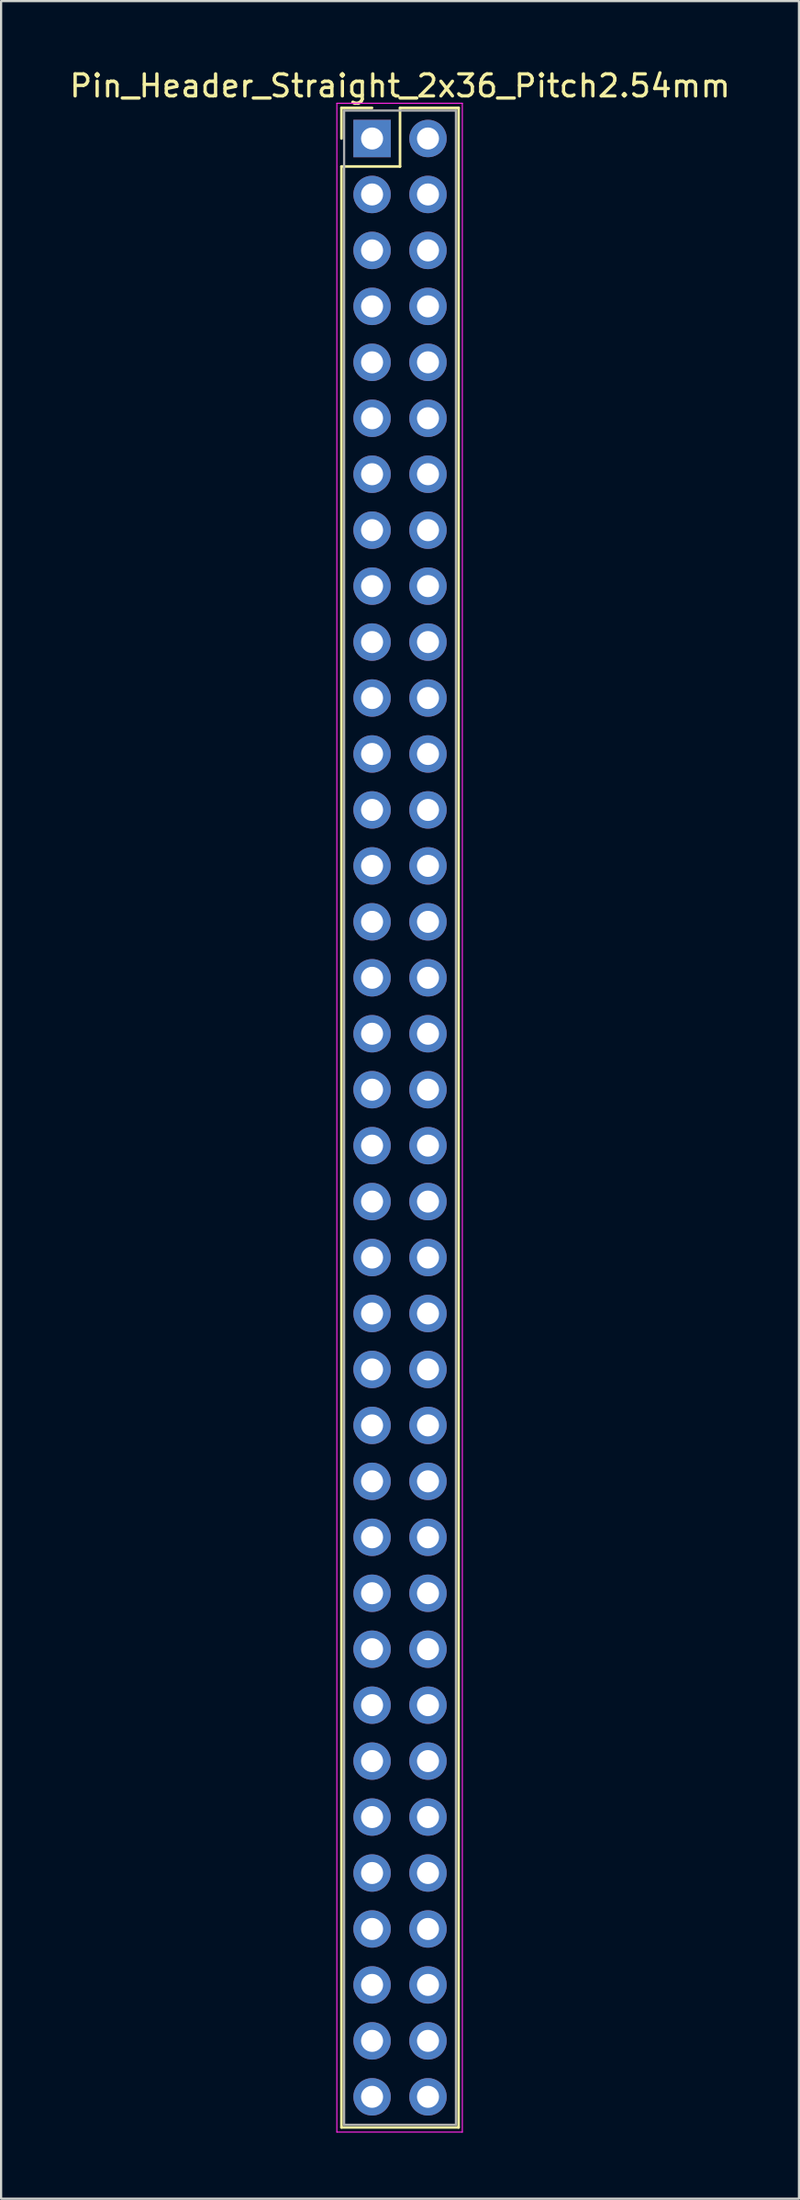
<source format=kicad_pcb>
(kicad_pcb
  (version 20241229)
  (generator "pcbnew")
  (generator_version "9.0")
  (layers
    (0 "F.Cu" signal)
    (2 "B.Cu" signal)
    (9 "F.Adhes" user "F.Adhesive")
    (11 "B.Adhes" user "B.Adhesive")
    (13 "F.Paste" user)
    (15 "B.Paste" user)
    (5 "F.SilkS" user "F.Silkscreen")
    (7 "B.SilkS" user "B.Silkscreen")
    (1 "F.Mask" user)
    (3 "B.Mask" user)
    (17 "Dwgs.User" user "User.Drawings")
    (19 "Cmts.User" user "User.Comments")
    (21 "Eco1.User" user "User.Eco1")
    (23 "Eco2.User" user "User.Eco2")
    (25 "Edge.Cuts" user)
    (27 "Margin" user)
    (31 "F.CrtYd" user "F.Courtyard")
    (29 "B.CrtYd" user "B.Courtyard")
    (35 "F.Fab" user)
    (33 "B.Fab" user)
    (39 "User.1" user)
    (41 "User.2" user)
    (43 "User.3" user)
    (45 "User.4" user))
  (footprint "Pin_Header_Straight_2x36_Pitch2.54mm"
    (layer "F.Cu")
    (at 13.855 3.238)
    (property "Reference" "Pin_Header_Straight_2x36_Pitch2.54mm" (at 1.27 -2.39 0) (layer "F.SilkS") (effects (font (size 1 1) (thickness 0.15))))
    (attr through_hole)
    (fp_line (start -1.39 -1.39) (end 0 -1.39) (stroke (width 0.12) (type solid)) (layer "F.SilkS"))
    (fp_line (start -1.39 0) (end -1.39 -1.39) (stroke (width 0.12) (type solid)) (layer "F.SilkS"))
    (fp_line (start -1.39 1.27) (end -1.39 90.29) (stroke (width 0.12) (type solid)) (layer "F.SilkS"))
    (fp_line (start -1.39 90.29) (end 3.93 90.29) (stroke (width 0.12) (type solid)) (layer "F.SilkS"))
    (fp_line (start 1.27 -1.39) (end 1.27 1.27) (stroke (width 0.12) (type solid)) (layer "F.SilkS"))
    (fp_line (start 1.27 1.27) (end -1.39 1.27) (stroke (width 0.12) (type solid)) (layer "F.SilkS"))
    (fp_line (start 3.93 -1.39) (end 1.27 -1.39) (stroke (width 0.12) (type solid)) (layer "F.SilkS"))
    (fp_line (start 3.93 90.29) (end 3.93 -1.39) (stroke (width 0.12) (type solid)) (layer "F.SilkS"))
    (fp_line (start -1.6 -1.6) (end -1.6 90.5) (stroke (width 0.05) (type solid)) (layer "F.CrtYd"))
    (fp_line (start -1.6 90.5) (end 4.1 90.5) (stroke (width 0.05) (type solid)) (layer "F.CrtYd"))
    (fp_line (start 4.1 -1.6) (end -1.6 -1.6) (stroke (width 0.05) (type solid)) (layer "F.CrtYd"))
    (fp_line (start 4.1 90.5) (end 4.1 -1.6) (stroke (width 0.05) (type solid)) (layer "F.CrtYd"))
    (fp_line (start -1.27 -1.27) (end -1.27 90.17) (stroke (width 0.1) (type solid)) (layer "F.Fab"))
    (fp_line (start -1.27 90.17) (end 3.81 90.17) (stroke (width 0.1) (type solid)) (layer "F.Fab"))
    (fp_line (start 3.81 -1.27) (end -1.27 -1.27) (stroke (width 0.1) (type solid)) (layer "F.Fab"))
    (fp_line (start 3.81 90.17) (end 3.81 -1.27) (stroke (width 0.1) (type solid)) (layer "F.Fab"))
    (pad "1" thru_hole rect (at 0 0) (size 1.7 1.7) (drill 1) (layers "*.Cu" "*.Mask"))
    (pad "2" thru_hole oval (at 2.54 0) (size 1.7 1.7) (drill 1) (layers "*.Cu" "*.Mask"))
    (pad "3" thru_hole oval (at 0 2.54) (size 1.7 1.7) (drill 1) (layers "*.Cu" "*.Mask"))
    (pad "4" thru_hole oval (at 2.54 2.54) (size 1.7 1.7) (drill 1) (layers "*.Cu" "*.Mask"))
    (pad "5" thru_hole oval (at 0 5.08) (size 1.7 1.7) (drill 1) (layers "*.Cu" "*.Mask"))
    (pad "6" thru_hole oval (at 2.54 5.08) (size 1.7 1.7) (drill 1) (layers "*.Cu" "*.Mask"))
    (pad "7" thru_hole oval (at 0 7.62) (size 1.7 1.7) (drill 1) (layers "*.Cu" "*.Mask"))
    (pad "8" thru_hole oval (at 2.54 7.62) (size 1.7 1.7) (drill 1) (layers "*.Cu" "*.Mask"))
    (pad "9" thru_hole oval (at 0 10.16) (size 1.7 1.7) (drill 1) (layers "*.Cu" "*.Mask"))
    (pad "10" thru_hole oval (at 2.54 10.16) (size 1.7 1.7) (drill 1) (layers "*.Cu" "*.Mask"))
    (pad "11" thru_hole oval (at 0 12.7) (size 1.7 1.7) (drill 1) (layers "*.Cu" "*.Mask"))
    (pad "12" thru_hole oval (at 2.54 12.7) (size 1.7 1.7) (drill 1) (layers "*.Cu" "*.Mask"))
    (pad "13" thru_hole oval (at 0 15.24) (size 1.7 1.7) (drill 1) (layers "*.Cu" "*.Mask"))
    (pad "14" thru_hole oval (at 2.54 15.24) (size 1.7 1.7) (drill 1) (layers "*.Cu" "*.Mask"))
    (pad "15" thru_hole oval (at 0 17.78) (size 1.7 1.7) (drill 1) (layers "*.Cu" "*.Mask"))
    (pad "16" thru_hole oval (at 2.54 17.78) (size 1.7 1.7) (drill 1) (layers "*.Cu" "*.Mask"))
    (pad "17" thru_hole oval (at 0 20.32) (size 1.7 1.7) (drill 1) (layers "*.Cu" "*.Mask"))
    (pad "18" thru_hole oval (at 2.54 20.32) (size 1.7 1.7) (drill 1) (layers "*.Cu" "*.Mask"))
    (pad "19" thru_hole oval (at 0 22.86) (size 1.7 1.7) (drill 1) (layers "*.Cu" "*.Mask"))
    (pad "20" thru_hole oval (at 2.54 22.86) (size 1.7 1.7) (drill 1) (layers "*.Cu" "*.Mask"))
    (pad "21" thru_hole oval (at 0 25.4) (size 1.7 1.7) (drill 1) (layers "*.Cu" "*.Mask"))
    (pad "22" thru_hole oval (at 2.54 25.4) (size 1.7 1.7) (drill 1) (layers "*.Cu" "*.Mask"))
    (pad "23" thru_hole oval (at 0 27.94) (size 1.7 1.7) (drill 1) (layers "*.Cu" "*.Mask"))
    (pad "24" thru_hole oval (at 2.54 27.94) (size 1.7 1.7) (drill 1) (layers "*.Cu" "*.Mask"))
    (pad "25" thru_hole oval (at 0 30.48) (size 1.7 1.7) (drill 1) (layers "*.Cu" "*.Mask"))
    (pad "26" thru_hole oval (at 2.54 30.48) (size 1.7 1.7) (drill 1) (layers "*.Cu" "*.Mask"))
    (pad "27" thru_hole oval (at 0 33.02) (size 1.7 1.7) (drill 1) (layers "*.Cu" "*.Mask"))
    (pad "28" thru_hole oval (at 2.54 33.02) (size 1.7 1.7) (drill 1) (layers "*.Cu" "*.Mask"))
    (pad "29" thru_hole oval (at 0 35.56) (size 1.7 1.7) (drill 1) (layers "*.Cu" "*.Mask"))
    (pad "30" thru_hole oval (at 2.54 35.56) (size 1.7 1.7) (drill 1) (layers "*.Cu" "*.Mask"))
    (pad "31" thru_hole oval (at 0 38.1) (size 1.7 1.7) (drill 1) (layers "*.Cu" "*.Mask"))
    (pad "32" thru_hole oval (at 2.54 38.1) (size 1.7 1.7) (drill 1) (layers "*.Cu" "*.Mask"))
    (pad "33" thru_hole oval (at 0 40.64) (size 1.7 1.7) (drill 1) (layers "*.Cu" "*.Mask"))
    (pad "34" thru_hole oval (at 2.54 40.64) (size 1.7 1.7) (drill 1) (layers "*.Cu" "*.Mask"))
    (pad "35" thru_hole oval (at 0 43.18) (size 1.7 1.7) (drill 1) (layers "*.Cu" "*.Mask"))
    (pad "36" thru_hole oval (at 2.54 43.18) (size 1.7 1.7) (drill 1) (layers "*.Cu" "*.Mask"))
    (pad "37" thru_hole oval (at 0 45.72) (size 1.7 1.7) (drill 1) (layers "*.Cu" "*.Mask"))
    (pad "38" thru_hole oval (at 2.54 45.72) (size 1.7 1.7) (drill 1) (layers "*.Cu" "*.Mask"))
    (pad "39" thru_hole oval (at 0 48.26) (size 1.7 1.7) (drill 1) (layers "*.Cu" "*.Mask"))
    (pad "40" thru_hole oval (at 2.54 48.26) (size 1.7 1.7) (drill 1) (layers "*.Cu" "*.Mask"))
    (pad "41" thru_hole oval (at 0 50.8) (size 1.7 1.7) (drill 1) (layers "*.Cu" "*.Mask"))
    (pad "42" thru_hole oval (at 2.54 50.8) (size 1.7 1.7) (drill 1) (layers "*.Cu" "*.Mask"))
    (pad "43" thru_hole oval (at 0 53.34) (size 1.7 1.7) (drill 1) (layers "*.Cu" "*.Mask"))
    (pad "44" thru_hole oval (at 2.54 53.34) (size 1.7 1.7) (drill 1) (layers "*.Cu" "*.Mask"))
    (pad "45" thru_hole oval (at 0 55.88) (size 1.7 1.7) (drill 1) (layers "*.Cu" "*.Mask"))
    (pad "46" thru_hole oval (at 2.54 55.88) (size 1.7 1.7) (drill 1) (layers "*.Cu" "*.Mask"))
    (pad "47" thru_hole oval (at 0 58.42) (size 1.7 1.7) (drill 1) (layers "*.Cu" "*.Mask"))
    (pad "48" thru_hole oval (at 2.54 58.42) (size 1.7 1.7) (drill 1) (layers "*.Cu" "*.Mask"))
    (pad "49" thru_hole oval (at 0 60.96) (size 1.7 1.7) (drill 1) (layers "*.Cu" "*.Mask"))
    (pad "50" thru_hole oval (at 2.54 60.96) (size 1.7 1.7) (drill 1) (layers "*.Cu" "*.Mask"))
    (pad "51" thru_hole oval (at 0 63.5) (size 1.7 1.7) (drill 1) (layers "*.Cu" "*.Mask"))
    (pad "52" thru_hole oval (at 2.54 63.5) (size 1.7 1.7) (drill 1) (layers "*.Cu" "*.Mask"))
    (pad "53" thru_hole oval (at 0 66.04) (size 1.7 1.7) (drill 1) (layers "*.Cu" "*.Mask"))
    (pad "54" thru_hole oval (at 2.54 66.04) (size 1.7 1.7) (drill 1) (layers "*.Cu" "*.Mask"))
    (pad "55" thru_hole oval (at 0 68.58) (size 1.7 1.7) (drill 1) (layers "*.Cu" "*.Mask"))
    (pad "56" thru_hole oval (at 2.54 68.58) (size 1.7 1.7) (drill 1) (layers "*.Cu" "*.Mask"))
    (pad "57" thru_hole oval (at 0 71.12) (size 1.7 1.7) (drill 1) (layers "*.Cu" "*.Mask"))
    (pad "58" thru_hole oval (at 2.54 71.12) (size 1.7 1.7) (drill 1) (layers "*.Cu" "*.Mask"))
    (pad "59" thru_hole oval (at 0 73.66) (size 1.7 1.7) (drill 1) (layers "*.Cu" "*.Mask"))
    (pad "60" thru_hole oval (at 2.54 73.66) (size 1.7 1.7) (drill 1) (layers "*.Cu" "*.Mask"))
    (pad "61" thru_hole oval (at 0 76.2) (size 1.7 1.7) (drill 1) (layers "*.Cu" "*.Mask"))
    (pad "62" thru_hole oval (at 2.54 76.2) (size 1.7 1.7) (drill 1) (layers "*.Cu" "*.Mask"))
    (pad "63" thru_hole oval (at 0 78.74) (size 1.7 1.7) (drill 1) (layers "*.Cu" "*.Mask"))
    (pad "64" thru_hole oval (at 2.54 78.74) (size 1.7 1.7) (drill 1) (layers "*.Cu" "*.Mask"))
    (pad "65" thru_hole oval (at 0 81.28) (size 1.7 1.7) (drill 1) (layers "*.Cu" "*.Mask"))
    (pad "66" thru_hole oval (at 2.54 81.28) (size 1.7 1.7) (drill 1) (layers "*.Cu" "*.Mask"))
    (pad "67" thru_hole oval (at 0 83.82) (size 1.7 1.7) (drill 1) (layers "*.Cu" "*.Mask"))
    (pad "68" thru_hole oval (at 2.54 83.82) (size 1.7 1.7) (drill 1) (layers "*.Cu" "*.Mask"))
    (pad "69" thru_hole oval (at 0 86.36) (size 1.7 1.7) (drill 1) (layers "*.Cu" "*.Mask"))
    (pad "70" thru_hole oval (at 2.54 86.36) (size 1.7 1.7) (drill 1) (layers "*.Cu" "*.Mask"))
    (pad "71" thru_hole oval (at 0 88.9) (size 1.7 1.7) (drill 1) (layers "*.Cu" "*.Mask"))
    (pad "72" thru_hole oval (at 2.54 88.9) (size 1.7 1.7) (drill 1) (layers "*.Cu" "*.Mask")))
  (gr_rect
    (start -3 -3)
    (end 33.25 96.763)
    (stroke (width 0.1) (type default))
    (fill no)
    (layer "Edge.Cuts")))
</source>
